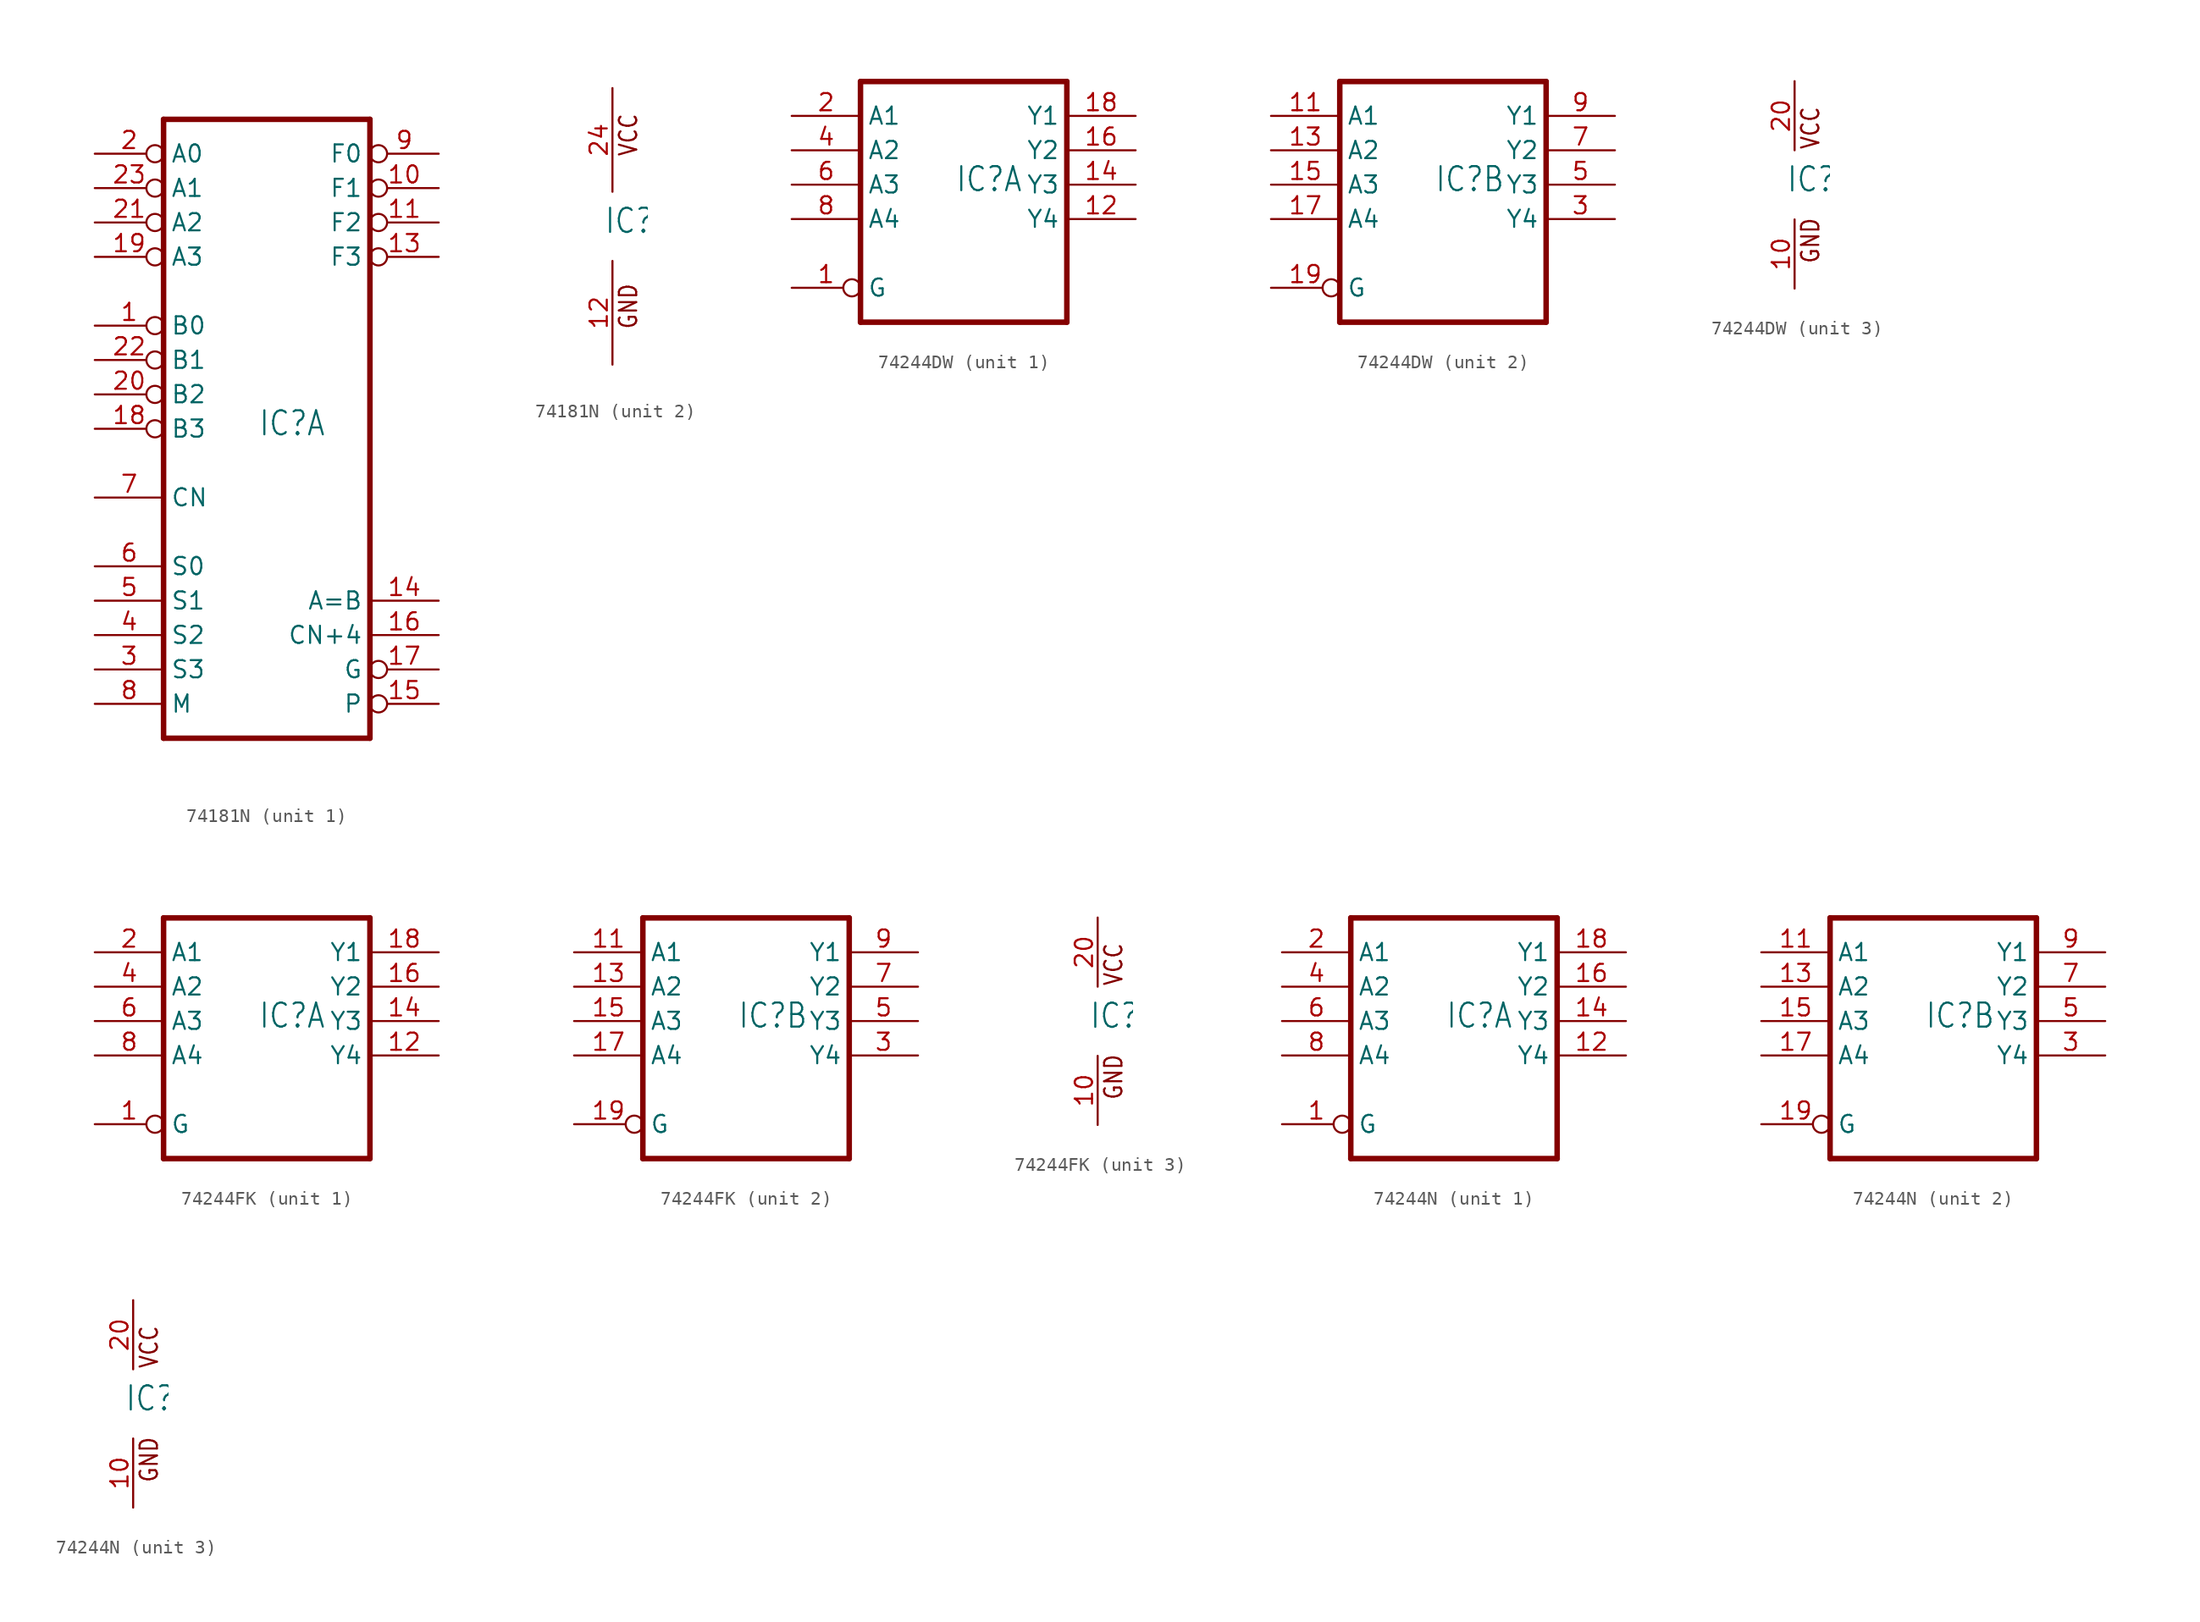
<source format=kicad_sym>
(kicad_symbol_lib
  (version 20211014)
  (generator kicad_symbol_editor)
  (symbol "74181N"
    (property "Reference" "IC"
      (at -0.635 -0.635 0)
      (effects (font (size 1.778 1.511)) (justify left bottom)))
    (property "ki_locked" ""
      (at 0 0 0)
      (effects (font (size 1.27 1.27))))
    (symbol "74181N_1_0"
      (polyline (pts (xy -7.62 -22.86) (xy 7.62 -22.86)) (stroke (width 0.406) (type default) (color 0 0 0 0)) (fill (type none)))
      (polyline (pts (xy -7.62 22.86) (xy -7.62 -22.86)) (stroke (width 0.406) (type default) (color 0 0 0 0)) (fill (type none)))
      (polyline (pts (xy 7.62 -22.86) (xy 7.62 22.86)) (stroke (width 0.406) (type default) (color 0 0 0 0)) (fill (type none)))
      (polyline (pts (xy 7.62 22.86) (xy -7.62 22.86)) (stroke (width 0.406) (type default) (color 0 0 0 0)) (fill (type none)))
      (pin input inverted (at -12.7 7.62 0) (length 5.08) (name "B0" (effects (font (size 1.27 1.27)))) (number "1" (effects (font (size 1.27 1.27)))))
      (pin output inverted (at 12.7 17.78 180) (length 5.08) (name "F1" (effects (font (size 1.27 1.27)))) (number "10" (effects (font (size 1.27 1.27)))))
      (pin output inverted (at 12.7 15.24 180) (length 5.08) (name "F2" (effects (font (size 1.27 1.27)))) (number "11" (effects (font (size 1.27 1.27)))))
      (pin output inverted (at 12.7 12.7 180) (length 5.08) (name "F3" (effects (font (size 1.27 1.27)))) (number "13" (effects (font (size 1.27 1.27)))))
      (pin output line (at 12.7 -12.7 180) (length 5.08) (name "A=B" (effects (font (size 1.27 1.27)))) (number "14" (effects (font (size 1.27 1.27)))))
      (pin output inverted (at 12.7 -20.32 180) (length 5.08) (name "P" (effects (font (size 1.27 1.27)))) (number "15" (effects (font (size 1.27 1.27)))))
      (pin output line (at 12.7 -15.24 180) (length 5.08) (name "CN+4" (effects (font (size 1.27 1.27)))) (number "16" (effects (font (size 1.27 1.27)))))
      (pin output inverted (at 12.7 -17.78 180) (length 5.08) (name "G" (effects (font (size 1.27 1.27)))) (number "17" (effects (font (size 1.27 1.27)))))
      (pin input inverted (at -12.7 0 0) (length 5.08) (name "B3" (effects (font (size 1.27 1.27)))) (number "18" (effects (font (size 1.27 1.27)))))
      (pin input inverted (at -12.7 12.7 0) (length 5.08) (name "A3" (effects (font (size 1.27 1.27)))) (number "19" (effects (font (size 1.27 1.27)))))
      (pin input inverted (at -12.7 20.32 0) (length 5.08) (name "A0" (effects (font (size 1.27 1.27)))) (number "2" (effects (font (size 1.27 1.27)))))
      (pin input inverted (at -12.7 2.54 0) (length 5.08) (name "B2" (effects (font (size 1.27 1.27)))) (number "20" (effects (font (size 1.27 1.27)))))
      (pin input inverted (at -12.7 15.24 0) (length 5.08) (name "A2" (effects (font (size 1.27 1.27)))) (number "21" (effects (font (size 1.27 1.27)))))
      (pin input inverted (at -12.7 5.08 0) (length 5.08) (name "B1" (effects (font (size 1.27 1.27)))) (number "22" (effects (font (size 1.27 1.27)))))
      (pin input inverted (at -12.7 17.78 0) (length 5.08) (name "A1" (effects (font (size 1.27 1.27)))) (number "23" (effects (font (size 1.27 1.27)))))
      (pin input line (at -12.7 -17.78 0) (length 5.08) (name "S3" (effects (font (size 1.27 1.27)))) (number "3" (effects (font (size 1.27 1.27)))))
      (pin input line (at -12.7 -15.24 0) (length 5.08) (name "S2" (effects (font (size 1.27 1.27)))) (number "4" (effects (font (size 1.27 1.27)))))
      (pin input line (at -12.7 -12.7 0) (length 5.08) (name "S1" (effects (font (size 1.27 1.27)))) (number "5" (effects (font (size 1.27 1.27)))))
      (pin input line (at -12.7 -10.16 0) (length 5.08) (name "S0" (effects (font (size 1.27 1.27)))) (number "6" (effects (font (size 1.27 1.27)))))
      (pin input line (at -12.7 -5.08 0) (length 5.08) (name "CN" (effects (font (size 1.27 1.27)))) (number "7" (effects (font (size 1.27 1.27)))))
      (pin input line (at -12.7 -20.32 0) (length 5.08) (name "M" (effects (font (size 1.27 1.27)))) (number "8" (effects (font (size 1.27 1.27)))))
      (pin output inverted (at 12.7 20.32 180) (length 5.08) (name "F0" (effects (font (size 1.27 1.27)))) (number "9" (effects (font (size 1.27 1.27))))))
    (symbol "74181N_2_0"
      (text "GND" (at 1.905 -7.62 900) (effects (font (size 1.27 1.079)) (justify left bottom)))
      (text "VCC" (at 1.905 5.08 900) (effects (font (size 1.27 1.079)) (justify left bottom)))
      (pin power_in line (at 0 -10.16 90) (length 7.62) (name "GND" (effects (font (size 0 0)))) (number "12" (effects (font (size 1.27 1.27)))))
      (pin power_in line (at 0 10.16 270) (length 7.62) (name "VCC" (effects (font (size 0 0)))) (number "24" (effects (font (size 1.27 1.27)))))))
  (symbol "74244DW"
    (property "Reference" "IC"
      (at -0.635 -0.635 0)
      (effects (font (size 1.778 1.511)) (justify left bottom)))
    (property "ki_locked" ""
      (at 0 0 0)
      (effects (font (size 1.27 1.27))))
    (symbol "74244DW_1_0"
      (polyline (pts (xy -7.62 -10.16) (xy 7.62 -10.16)) (stroke (width 0.406) (type default) (color 0 0 0 0)) (fill (type none)))
      (polyline (pts (xy -7.62 7.62) (xy -7.62 -10.16)) (stroke (width 0.406) (type default) (color 0 0 0 0)) (fill (type none)))
      (polyline (pts (xy 7.62 -10.16) (xy 7.62 7.62)) (stroke (width 0.406) (type default) (color 0 0 0 0)) (fill (type none)))
      (polyline (pts (xy 7.62 7.62) (xy -7.62 7.62)) (stroke (width 0.406) (type default) (color 0 0 0 0)) (fill (type none)))
      (pin input inverted (at -12.7 -7.62 0) (length 5.08) (name "G" (effects (font (size 1.27 1.27)))) (number "1" (effects (font (size 1.27 1.27)))))
      (pin tri_state line (at 12.7 -2.54 180) (length 5.08) (name "Y4" (effects (font (size 1.27 1.27)))) (number "12" (effects (font (size 1.27 1.27)))))
      (pin tri_state line (at 12.7 0 180) (length 5.08) (name "Y3" (effects (font (size 1.27 1.27)))) (number "14" (effects (font (size 1.27 1.27)))))
      (pin tri_state line (at 12.7 2.54 180) (length 5.08) (name "Y2" (effects (font (size 1.27 1.27)))) (number "16" (effects (font (size 1.27 1.27)))))
      (pin tri_state line (at 12.7 5.08 180) (length 5.08) (name "Y1" (effects (font (size 1.27 1.27)))) (number "18" (effects (font (size 1.27 1.27)))))
      (pin input line (at -12.7 5.08 0) (length 5.08) (name "A1" (effects (font (size 1.27 1.27)))) (number "2" (effects (font (size 1.27 1.27)))))
      (pin input line (at -12.7 2.54 0) (length 5.08) (name "A2" (effects (font (size 1.27 1.27)))) (number "4" (effects (font (size 1.27 1.27)))))
      (pin input line (at -12.7 0 0) (length 5.08) (name "A3" (effects (font (size 1.27 1.27)))) (number "6" (effects (font (size 1.27 1.27)))))
      (pin input line (at -12.7 -2.54 0) (length 5.08) (name "A4" (effects (font (size 1.27 1.27)))) (number "8" (effects (font (size 1.27 1.27))))))
    (symbol "74244DW_2_0"
      (polyline (pts (xy -7.62 -10.16) (xy 7.62 -10.16)) (stroke (width 0.406) (type default) (color 0 0 0 0)) (fill (type none)))
      (polyline (pts (xy -7.62 7.62) (xy -7.62 -10.16)) (stroke (width 0.406) (type default) (color 0 0 0 0)) (fill (type none)))
      (polyline (pts (xy 7.62 -10.16) (xy 7.62 7.62)) (stroke (width 0.406) (type default) (color 0 0 0 0)) (fill (type none)))
      (polyline (pts (xy 7.62 7.62) (xy -7.62 7.62)) (stroke (width 0.406) (type default) (color 0 0 0 0)) (fill (type none)))
      (pin input line (at -12.7 5.08 0) (length 5.08) (name "A1" (effects (font (size 1.27 1.27)))) (number "11" (effects (font (size 1.27 1.27)))))
      (pin input line (at -12.7 2.54 0) (length 5.08) (name "A2" (effects (font (size 1.27 1.27)))) (number "13" (effects (font (size 1.27 1.27)))))
      (pin input line (at -12.7 0 0) (length 5.08) (name "A3" (effects (font (size 1.27 1.27)))) (number "15" (effects (font (size 1.27 1.27)))))
      (pin input line (at -12.7 -2.54 0) (length 5.08) (name "A4" (effects (font (size 1.27 1.27)))) (number "17" (effects (font (size 1.27 1.27)))))
      (pin input inverted (at -12.7 -7.62 0) (length 5.08) (name "G" (effects (font (size 1.27 1.27)))) (number "19" (effects (font (size 1.27 1.27)))))
      (pin tri_state line (at 12.7 -2.54 180) (length 5.08) (name "Y4" (effects (font (size 1.27 1.27)))) (number "3" (effects (font (size 1.27 1.27)))))
      (pin tri_state line (at 12.7 0 180) (length 5.08) (name "Y3" (effects (font (size 1.27 1.27)))) (number "5" (effects (font (size 1.27 1.27)))))
      (pin tri_state line (at 12.7 2.54 180) (length 5.08) (name "Y2" (effects (font (size 1.27 1.27)))) (number "7" (effects (font (size 1.27 1.27)))))
      (pin tri_state line (at 12.7 5.08 180) (length 5.08) (name "Y1" (effects (font (size 1.27 1.27)))) (number "9" (effects (font (size 1.27 1.27))))))
    (symbol "74244DW_3_0"
      (text "GND" (at 1.905 -5.842 900) (effects (font (size 1.27 1.079)) (justify left bottom)))
      (text "VCC" (at 1.905 2.54 900) (effects (font (size 1.27 1.079)) (justify left bottom)))
      (pin power_in line (at 0 -7.62 90) (length 5.08) (name "GND" (effects (font (size 0 0)))) (number "10" (effects (font (size 1.27 1.27)))))
      (pin power_in line (at 0 7.62 270) (length 5.08) (name "VCC" (effects (font (size 0 0)))) (number "20" (effects (font (size 1.27 1.27)))))))
  (symbol "74244FK"
    (property "Reference" "IC"
      (at -0.635 -0.635 0)
      (effects (font (size 1.778 1.511)) (justify left bottom)))
    (property "ki_locked" ""
      (at 0 0 0)
      (effects (font (size 1.27 1.27))))
    (symbol "74244FK_1_0"
      (polyline (pts (xy -7.62 -10.16) (xy 7.62 -10.16)) (stroke (width 0.406) (type default) (color 0 0 0 0)) (fill (type none)))
      (polyline (pts (xy -7.62 7.62) (xy -7.62 -10.16)) (stroke (width 0.406) (type default) (color 0 0 0 0)) (fill (type none)))
      (polyline (pts (xy 7.62 -10.16) (xy 7.62 7.62)) (stroke (width 0.406) (type default) (color 0 0 0 0)) (fill (type none)))
      (polyline (pts (xy 7.62 7.62) (xy -7.62 7.62)) (stroke (width 0.406) (type default) (color 0 0 0 0)) (fill (type none)))
      (pin input inverted (at -12.7 -7.62 0) (length 5.08) (name "G" (effects (font (size 1.27 1.27)))) (number "1" (effects (font (size 1.27 1.27)))))
      (pin tri_state line (at 12.7 -2.54 180) (length 5.08) (name "Y4" (effects (font (size 1.27 1.27)))) (number "12" (effects (font (size 1.27 1.27)))))
      (pin tri_state line (at 12.7 0 180) (length 5.08) (name "Y3" (effects (font (size 1.27 1.27)))) (number "14" (effects (font (size 1.27 1.27)))))
      (pin tri_state line (at 12.7 2.54 180) (length 5.08) (name "Y2" (effects (font (size 1.27 1.27)))) (number "16" (effects (font (size 1.27 1.27)))))
      (pin tri_state line (at 12.7 5.08 180) (length 5.08) (name "Y1" (effects (font (size 1.27 1.27)))) (number "18" (effects (font (size 1.27 1.27)))))
      (pin input line (at -12.7 5.08 0) (length 5.08) (name "A1" (effects (font (size 1.27 1.27)))) (number "2" (effects (font (size 1.27 1.27)))))
      (pin input line (at -12.7 2.54 0) (length 5.08) (name "A2" (effects (font (size 1.27 1.27)))) (number "4" (effects (font (size 1.27 1.27)))))
      (pin input line (at -12.7 0 0) (length 5.08) (name "A3" (effects (font (size 1.27 1.27)))) (number "6" (effects (font (size 1.27 1.27)))))
      (pin input line (at -12.7 -2.54 0) (length 5.08) (name "A4" (effects (font (size 1.27 1.27)))) (number "8" (effects (font (size 1.27 1.27))))))
    (symbol "74244FK_2_0"
      (polyline (pts (xy -7.62 -10.16) (xy 7.62 -10.16)) (stroke (width 0.406) (type default) (color 0 0 0 0)) (fill (type none)))
      (polyline (pts (xy -7.62 7.62) (xy -7.62 -10.16)) (stroke (width 0.406) (type default) (color 0 0 0 0)) (fill (type none)))
      (polyline (pts (xy 7.62 -10.16) (xy 7.62 7.62)) (stroke (width 0.406) (type default) (color 0 0 0 0)) (fill (type none)))
      (polyline (pts (xy 7.62 7.62) (xy -7.62 7.62)) (stroke (width 0.406) (type default) (color 0 0 0 0)) (fill (type none)))
      (pin input line (at -12.7 5.08 0) (length 5.08) (name "A1" (effects (font (size 1.27 1.27)))) (number "11" (effects (font (size 1.27 1.27)))))
      (pin input line (at -12.7 2.54 0) (length 5.08) (name "A2" (effects (font (size 1.27 1.27)))) (number "13" (effects (font (size 1.27 1.27)))))
      (pin input line (at -12.7 0 0) (length 5.08) (name "A3" (effects (font (size 1.27 1.27)))) (number "15" (effects (font (size 1.27 1.27)))))
      (pin input line (at -12.7 -2.54 0) (length 5.08) (name "A4" (effects (font (size 1.27 1.27)))) (number "17" (effects (font (size 1.27 1.27)))))
      (pin input inverted (at -12.7 -7.62 0) (length 5.08) (name "G" (effects (font (size 1.27 1.27)))) (number "19" (effects (font (size 1.27 1.27)))))
      (pin tri_state line (at 12.7 -2.54 180) (length 5.08) (name "Y4" (effects (font (size 1.27 1.27)))) (number "3" (effects (font (size 1.27 1.27)))))
      (pin tri_state line (at 12.7 0 180) (length 5.08) (name "Y3" (effects (font (size 1.27 1.27)))) (number "5" (effects (font (size 1.27 1.27)))))
      (pin tri_state line (at 12.7 2.54 180) (length 5.08) (name "Y2" (effects (font (size 1.27 1.27)))) (number "7" (effects (font (size 1.27 1.27)))))
      (pin tri_state line (at 12.7 5.08 180) (length 5.08) (name "Y1" (effects (font (size 1.27 1.27)))) (number "9" (effects (font (size 1.27 1.27))))))
    (symbol "74244FK_3_0"
      (text "GND" (at 1.905 -5.842 900) (effects (font (size 1.27 1.079)) (justify left bottom)))
      (text "VCC" (at 1.905 2.54 900) (effects (font (size 1.27 1.079)) (justify left bottom)))
      (pin power_in line (at 0 -7.62 90) (length 5.08) (name "GND" (effects (font (size 0 0)))) (number "10" (effects (font (size 1.27 1.27)))))
      (pin power_in line (at 0 7.62 270) (length 5.08) (name "VCC" (effects (font (size 0 0)))) (number "20" (effects (font (size 1.27 1.27)))))))
  (symbol "74244N"
    (property "Reference" "IC"
      (at -0.635 -0.635 0)
      (effects (font (size 1.778 1.511)) (justify left bottom)))
    (property "ki_locked" ""
      (at 0 0 0)
      (effects (font (size 1.27 1.27))))
    (symbol "74244N_1_0"
      (polyline (pts (xy -7.62 -10.16) (xy 7.62 -10.16)) (stroke (width 0.406) (type default) (color 0 0 0 0)) (fill (type none)))
      (polyline (pts (xy -7.62 7.62) (xy -7.62 -10.16)) (stroke (width 0.406) (type default) (color 0 0 0 0)) (fill (type none)))
      (polyline (pts (xy 7.62 -10.16) (xy 7.62 7.62)) (stroke (width 0.406) (type default) (color 0 0 0 0)) (fill (type none)))
      (polyline (pts (xy 7.62 7.62) (xy -7.62 7.62)) (stroke (width 0.406) (type default) (color 0 0 0 0)) (fill (type none)))
      (pin input inverted (at -12.7 -7.62 0) (length 5.08) (name "G" (effects (font (size 1.27 1.27)))) (number "1" (effects (font (size 1.27 1.27)))))
      (pin tri_state line (at 12.7 -2.54 180) (length 5.08) (name "Y4" (effects (font (size 1.27 1.27)))) (number "12" (effects (font (size 1.27 1.27)))))
      (pin tri_state line (at 12.7 0 180) (length 5.08) (name "Y3" (effects (font (size 1.27 1.27)))) (number "14" (effects (font (size 1.27 1.27)))))
      (pin tri_state line (at 12.7 2.54 180) (length 5.08) (name "Y2" (effects (font (size 1.27 1.27)))) (number "16" (effects (font (size 1.27 1.27)))))
      (pin tri_state line (at 12.7 5.08 180) (length 5.08) (name "Y1" (effects (font (size 1.27 1.27)))) (number "18" (effects (font (size 1.27 1.27)))))
      (pin input line (at -12.7 5.08 0) (length 5.08) (name "A1" (effects (font (size 1.27 1.27)))) (number "2" (effects (font (size 1.27 1.27)))))
      (pin input line (at -12.7 2.54 0) (length 5.08) (name "A2" (effects (font (size 1.27 1.27)))) (number "4" (effects (font (size 1.27 1.27)))))
      (pin input line (at -12.7 0 0) (length 5.08) (name "A3" (effects (font (size 1.27 1.27)))) (number "6" (effects (font (size 1.27 1.27)))))
      (pin input line (at -12.7 -2.54 0) (length 5.08) (name "A4" (effects (font (size 1.27 1.27)))) (number "8" (effects (font (size 1.27 1.27))))))
    (symbol "74244N_2_0"
      (polyline (pts (xy -7.62 -10.16) (xy 7.62 -10.16)) (stroke (width 0.406) (type default) (color 0 0 0 0)) (fill (type none)))
      (polyline (pts (xy -7.62 7.62) (xy -7.62 -10.16)) (stroke (width 0.406) (type default) (color 0 0 0 0)) (fill (type none)))
      (polyline (pts (xy 7.62 -10.16) (xy 7.62 7.62)) (stroke (width 0.406) (type default) (color 0 0 0 0)) (fill (type none)))
      (polyline (pts (xy 7.62 7.62) (xy -7.62 7.62)) (stroke (width 0.406) (type default) (color 0 0 0 0)) (fill (type none)))
      (pin input line (at -12.7 5.08 0) (length 5.08) (name "A1" (effects (font (size 1.27 1.27)))) (number "11" (effects (font (size 1.27 1.27)))))
      (pin input line (at -12.7 2.54 0) (length 5.08) (name "A2" (effects (font (size 1.27 1.27)))) (number "13" (effects (font (size 1.27 1.27)))))
      (pin input line (at -12.7 0 0) (length 5.08) (name "A3" (effects (font (size 1.27 1.27)))) (number "15" (effects (font (size 1.27 1.27)))))
      (pin input line (at -12.7 -2.54 0) (length 5.08) (name "A4" (effects (font (size 1.27 1.27)))) (number "17" (effects (font (size 1.27 1.27)))))
      (pin input inverted (at -12.7 -7.62 0) (length 5.08) (name "G" (effects (font (size 1.27 1.27)))) (number "19" (effects (font (size 1.27 1.27)))))
      (pin tri_state line (at 12.7 -2.54 180) (length 5.08) (name "Y4" (effects (font (size 1.27 1.27)))) (number "3" (effects (font (size 1.27 1.27)))))
      (pin tri_state line (at 12.7 0 180) (length 5.08) (name "Y3" (effects (font (size 1.27 1.27)))) (number "5" (effects (font (size 1.27 1.27)))))
      (pin tri_state line (at 12.7 2.54 180) (length 5.08) (name "Y2" (effects (font (size 1.27 1.27)))) (number "7" (effects (font (size 1.27 1.27)))))
      (pin tri_state line (at 12.7 5.08 180) (length 5.08) (name "Y1" (effects (font (size 1.27 1.27)))) (number "9" (effects (font (size 1.27 1.27))))))
    (symbol "74244N_3_0"
      (text "GND" (at 1.905 -5.842 900) (effects (font (size 1.27 1.079)) (justify left bottom)))
      (text "VCC" (at 1.905 2.54 900) (effects (font (size 1.27 1.079)) (justify left bottom)))
      (pin power_in line (at 0 -7.62 90) (length 5.08) (name "GND" (effects (font (size 0 0)))) (number "10" (effects (font (size 1.27 1.27)))))
      (pin power_in line (at 0 7.62 270) (length 5.08) (name "VCC" (effects (font (size 0 0)))) (number "20" (effects (font (size 1.27 1.27))))))))
</source>
